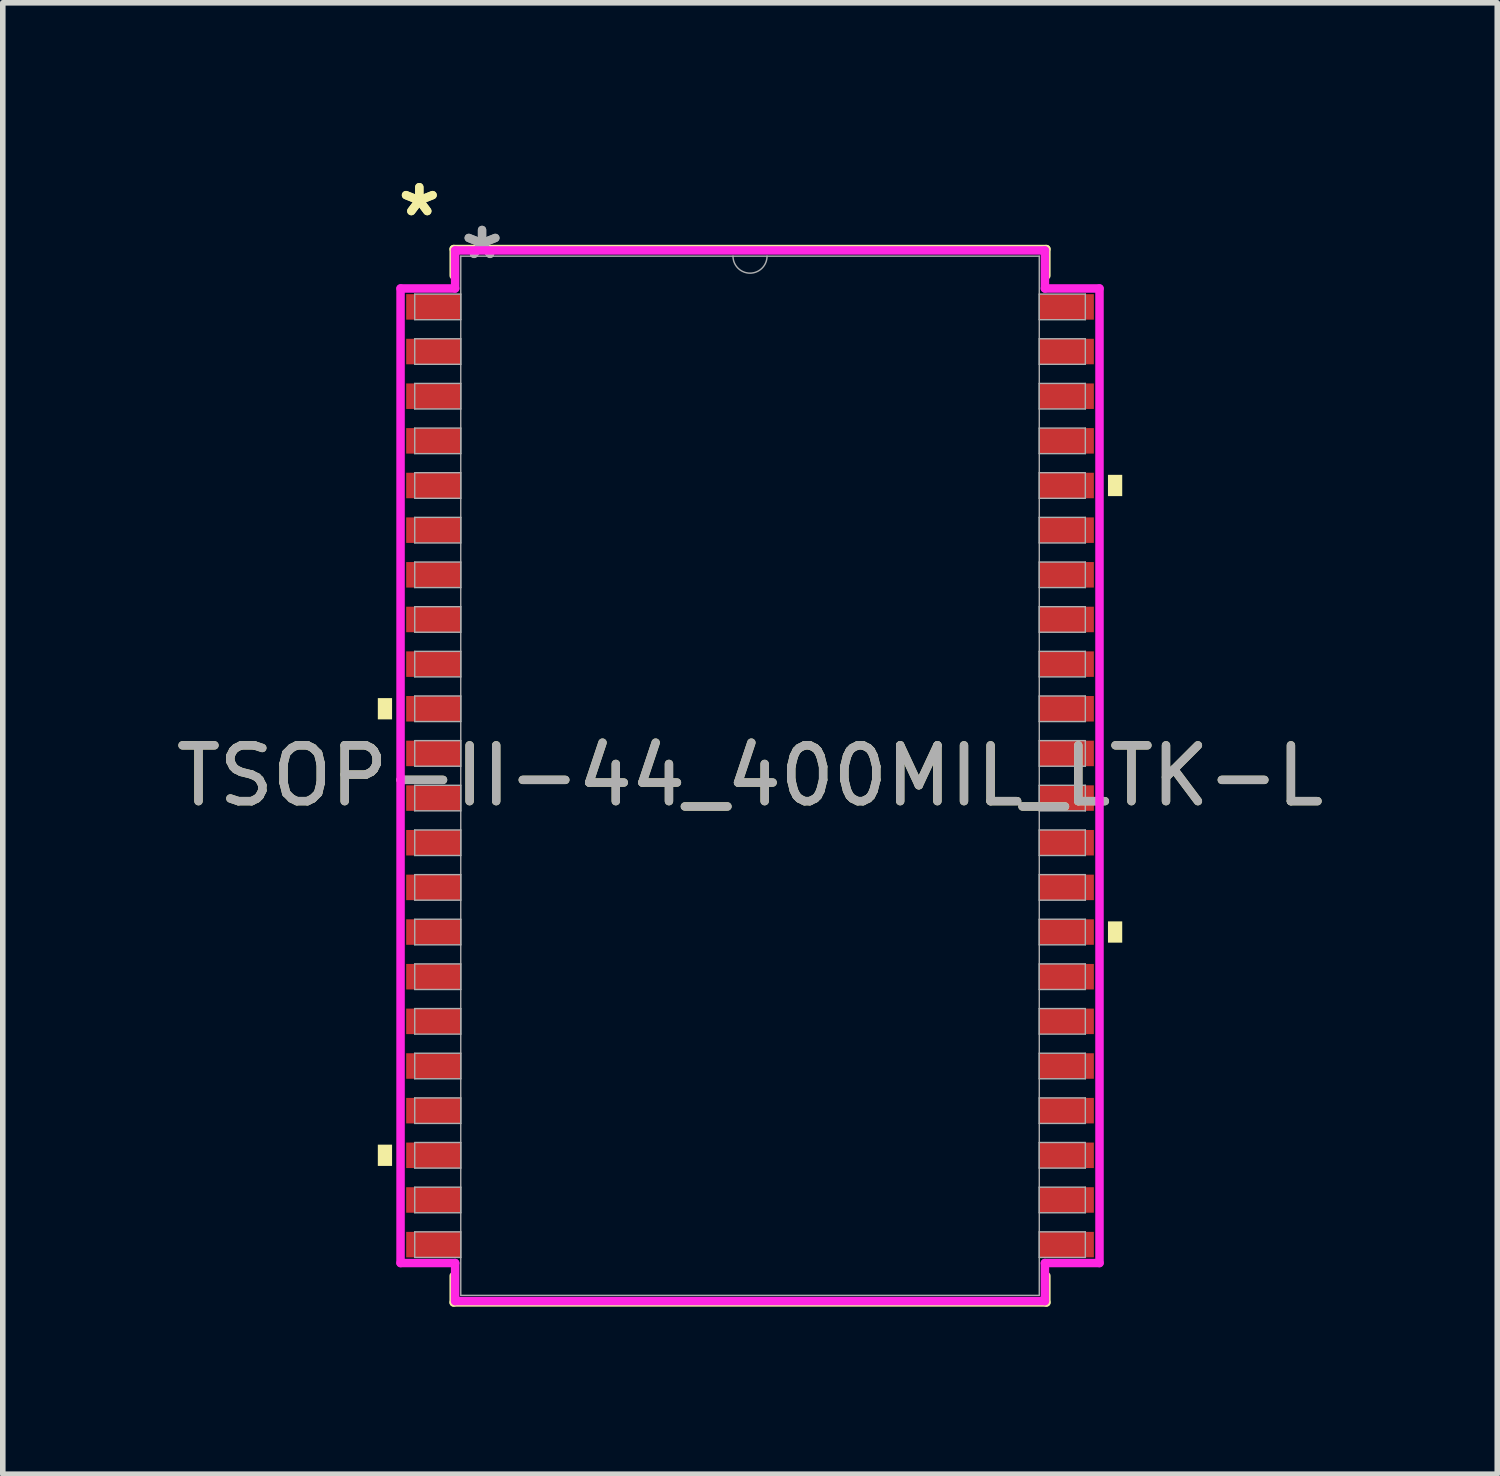
<source format=kicad_pcb>
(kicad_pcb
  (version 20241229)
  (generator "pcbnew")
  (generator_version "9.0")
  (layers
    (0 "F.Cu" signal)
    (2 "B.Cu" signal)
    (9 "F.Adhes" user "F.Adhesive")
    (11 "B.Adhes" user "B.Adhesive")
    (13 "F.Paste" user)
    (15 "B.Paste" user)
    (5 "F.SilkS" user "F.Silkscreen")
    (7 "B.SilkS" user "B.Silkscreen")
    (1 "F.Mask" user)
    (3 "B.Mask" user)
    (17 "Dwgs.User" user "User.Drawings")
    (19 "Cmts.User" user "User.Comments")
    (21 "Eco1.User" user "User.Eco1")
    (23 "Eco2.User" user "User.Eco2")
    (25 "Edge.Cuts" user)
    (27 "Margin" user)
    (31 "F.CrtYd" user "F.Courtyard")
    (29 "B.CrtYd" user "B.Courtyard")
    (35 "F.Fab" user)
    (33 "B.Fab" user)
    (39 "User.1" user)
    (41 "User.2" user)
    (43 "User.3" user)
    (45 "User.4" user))
  (footprint "TSOP-II-44_400MIL_LTK-L"
    (layer "F.Cu")
    (at 10.387 10.848)
    (property "Reference" "TSOP-II-44_400MIL_LTK-L" (at 0 0 0) (unlocked yes) (layer "F.SilkS") (effects (font (size 1 1) (thickness 0.15))))
    (attr smd)
    (fp_line (start -5.309 -9.436) (end -5.309 -8.961) (stroke (width 0.152) (type solid)) (layer "F.SilkS"))
    (fp_line (start -5.309 8.961) (end -5.309 9.436) (stroke (width 0.152) (type solid)) (layer "F.SilkS"))
    (fp_line (start -5.309 9.436) (end 5.309 9.436) (stroke (width 0.152) (type solid)) (layer "F.SilkS"))
    (fp_line (start 5.309 -9.436) (end -5.309 -9.436) (stroke (width 0.152) (type solid)) (layer "F.SilkS"))
    (fp_line (start 5.309 -8.961) (end 5.309 -9.436) (stroke (width 0.152) (type solid)) (layer "F.SilkS"))
    (fp_line (start 5.309 9.436) (end 5.309 8.961) (stroke (width 0.152) (type solid)) (layer "F.SilkS"))
    (fp_poly (pts (xy -6.668 -1.391) (xy -6.668 -1.01) (xy -6.413 -1.01) (xy -6.413 -1.391)) (stroke (width 0) (type solid)) (fill yes) (layer "F.SilkS"))
    (fp_poly (pts (xy -6.668 6.609) (xy -6.668 6.99) (xy -6.413 6.99) (xy -6.413 6.609)) (stroke (width 0) (type solid)) (fill yes) (layer "F.SilkS"))
    (fp_poly (pts (xy 6.668 -5.391) (xy 6.668 -5.01) (xy 6.413 -5.01) (xy 6.413 -5.391)) (stroke (width 0) (type solid)) (fill yes) (layer "F.SilkS"))
    (fp_poly (pts (xy 6.668 2.609) (xy 6.668 2.99) (xy 6.413 2.99) (xy 6.413 2.609)) (stroke (width 0) (type solid)) (fill yes) (layer "F.SilkS"))
    (fp_line (start -6.261 -8.73) (end -5.283 -8.73) (stroke (width 0.152) (type solid)) (layer "F.CrtYd"))
    (fp_line (start -6.261 8.73) (end -6.261 -8.73) (stroke (width 0.152) (type solid)) (layer "F.CrtYd"))
    (fp_line (start -6.261 8.73) (end -5.283 8.73) (stroke (width 0.152) (type solid)) (layer "F.CrtYd"))
    (fp_line (start -5.283 -9.411) (end 5.283 -9.411) (stroke (width 0.152) (type solid)) (layer "F.CrtYd"))
    (fp_line (start -5.283 -8.73) (end -5.283 -9.411) (stroke (width 0.152) (type solid)) (layer "F.CrtYd"))
    (fp_line (start -5.283 9.411) (end -5.283 8.73) (stroke (width 0.152) (type solid)) (layer "F.CrtYd"))
    (fp_line (start 5.283 -9.411) (end 5.283 -8.73) (stroke (width 0.152) (type solid)) (layer "F.CrtYd"))
    (fp_line (start 5.283 8.73) (end 5.283 9.411) (stroke (width 0.152) (type solid)) (layer "F.CrtYd"))
    (fp_line (start 5.283 9.411) (end -5.283 9.411) (stroke (width 0.152) (type solid)) (layer "F.CrtYd"))
    (fp_line (start 6.261 -8.73) (end 5.283 -8.73) (stroke (width 0.152) (type solid)) (layer "F.CrtYd"))
    (fp_line (start 6.261 -8.73) (end 6.261 8.73) (stroke (width 0.152) (type solid)) (layer "F.CrtYd"))
    (fp_line (start 6.261 8.73) (end 5.283 8.73) (stroke (width 0.152) (type solid)) (layer "F.CrtYd"))
    (fp_line (start -6.007 -8.629) (end -6.007 -8.171) (stroke (width 0.025) (type solid)) (layer "F.Fab"))
    (fp_line (start -6.007 -8.171) (end -5.182 -8.171) (stroke (width 0.025) (type solid)) (layer "F.Fab"))
    (fp_line (start -6.007 -7.829) (end -6.007 -7.371) (stroke (width 0.025) (type solid)) (layer "F.Fab"))
    (fp_line (start -6.007 -7.371) (end -5.182 -7.371) (stroke (width 0.025) (type solid)) (layer "F.Fab"))
    (fp_line (start -6.007 -7.029) (end -6.007 -6.571) (stroke (width 0.025) (type solid)) (layer "F.Fab"))
    (fp_line (start -6.007 -6.571) (end -5.182 -6.571) (stroke (width 0.025) (type solid)) (layer "F.Fab"))
    (fp_line (start -6.007 -6.229) (end -6.007 -5.771) (stroke (width 0.025) (type solid)) (layer "F.Fab"))
    (fp_line (start -6.007 -5.771) (end -5.182 -5.771) (stroke (width 0.025) (type solid)) (layer "F.Fab"))
    (fp_line (start -6.007 -5.429) (end -6.007 -4.971) (stroke (width 0.025) (type solid)) (layer "F.Fab"))
    (fp_line (start -6.007 -4.971) (end -5.182 -4.971) (stroke (width 0.025) (type solid)) (layer "F.Fab"))
    (fp_line (start -6.007 -4.629) (end -6.007 -4.171) (stroke (width 0.025) (type solid)) (layer "F.Fab"))
    (fp_line (start -6.007 -4.171) (end -5.182 -4.171) (stroke (width 0.025) (type solid)) (layer "F.Fab"))
    (fp_line (start -6.007 -3.829) (end -6.007 -3.371) (stroke (width 0.025) (type solid)) (layer "F.Fab"))
    (fp_line (start -6.007 -3.371) (end -5.182 -3.371) (stroke (width 0.025) (type solid)) (layer "F.Fab"))
    (fp_line (start -6.007 -3.029) (end -6.007 -2.571) (stroke (width 0.025) (type solid)) (layer "F.Fab"))
    (fp_line (start -6.007 -2.571) (end -5.182 -2.571) (stroke (width 0.025) (type solid)) (layer "F.Fab"))
    (fp_line (start -6.007 -2.229) (end -6.007 -1.771) (stroke (width 0.025) (type solid)) (layer "F.Fab"))
    (fp_line (start -6.007 -1.771) (end -5.182 -1.771) (stroke (width 0.025) (type solid)) (layer "F.Fab"))
    (fp_line (start -6.007 -1.429) (end -6.007 -0.971) (stroke (width 0.025) (type solid)) (layer "F.Fab"))
    (fp_line (start -6.007 -0.971) (end -5.182 -0.971) (stroke (width 0.025) (type solid)) (layer "F.Fab"))
    (fp_line (start -6.007 -0.629) (end -6.007 -0.171) (stroke (width 0.025) (type solid)) (layer "F.Fab"))
    (fp_line (start -6.007 -0.171) (end -5.182 -0.171) (stroke (width 0.025) (type solid)) (layer "F.Fab"))
    (fp_line (start -6.007 0.171) (end -6.007 0.629) (stroke (width 0.025) (type solid)) (layer "F.Fab"))
    (fp_line (start -6.007 0.629) (end -5.182 0.629) (stroke (width 0.025) (type solid)) (layer "F.Fab"))
    (fp_line (start -6.007 0.971) (end -6.007 1.429) (stroke (width 0.025) (type solid)) (layer "F.Fab"))
    (fp_line (start -6.007 1.429) (end -5.182 1.429) (stroke (width 0.025) (type solid)) (layer "F.Fab"))
    (fp_line (start -6.007 1.771) (end -6.007 2.229) (stroke (width 0.025) (type solid)) (layer "F.Fab"))
    (fp_line (start -6.007 2.229) (end -5.182 2.229) (stroke (width 0.025) (type solid)) (layer "F.Fab"))
    (fp_line (start -6.007 2.571) (end -6.007 3.029) (stroke (width 0.025) (type solid)) (layer "F.Fab"))
    (fp_line (start -6.007 3.029) (end -5.182 3.029) (stroke (width 0.025) (type solid)) (layer "F.Fab"))
    (fp_line (start -6.007 3.371) (end -6.007 3.829) (stroke (width 0.025) (type solid)) (layer "F.Fab"))
    (fp_line (start -6.007 3.829) (end -5.182 3.829) (stroke (width 0.025) (type solid)) (layer "F.Fab"))
    (fp_line (start -6.007 4.171) (end -6.007 4.629) (stroke (width 0.025) (type solid)) (layer "F.Fab"))
    (fp_line (start -6.007 4.629) (end -5.182 4.629) (stroke (width 0.025) (type solid)) (layer "F.Fab"))
    (fp_line (start -6.007 4.971) (end -6.007 5.429) (stroke (width 0.025) (type solid)) (layer "F.Fab"))
    (fp_line (start -6.007 5.429) (end -5.182 5.429) (stroke (width 0.025) (type solid)) (layer "F.Fab"))
    (fp_line (start -6.007 5.771) (end -6.007 6.229) (stroke (width 0.025) (type solid)) (layer "F.Fab"))
    (fp_line (start -6.007 6.229) (end -5.182 6.229) (stroke (width 0.025) (type solid)) (layer "F.Fab"))
    (fp_line (start -6.007 6.571) (end -6.007 7.029) (stroke (width 0.025) (type solid)) (layer "F.Fab"))
    (fp_line (start -6.007 7.029) (end -5.182 7.029) (stroke (width 0.025) (type solid)) (layer "F.Fab"))
    (fp_line (start -6.007 7.371) (end -6.007 7.829) (stroke (width 0.025) (type solid)) (layer "F.Fab"))
    (fp_line (start -6.007 7.829) (end -5.182 7.829) (stroke (width 0.025) (type solid)) (layer "F.Fab"))
    (fp_line (start -6.007 8.171) (end -6.007 8.629) (stroke (width 0.025) (type solid)) (layer "F.Fab"))
    (fp_line (start -6.007 8.629) (end -5.182 8.629) (stroke (width 0.025) (type solid)) (layer "F.Fab"))
    (fp_line (start -5.182 -9.309) (end -5.182 9.309) (stroke (width 0.025) (type solid)) (layer "F.Fab"))
    (fp_line (start -5.182 -8.629) (end -6.007 -8.629) (stroke (width 0.025) (type solid)) (layer "F.Fab"))
    (fp_line (start -5.182 -8.171) (end -5.182 -8.629) (stroke (width 0.025) (type solid)) (layer "F.Fab"))
    (fp_line (start -5.182 -7.829) (end -6.007 -7.829) (stroke (width 0.025) (type solid)) (layer "F.Fab"))
    (fp_line (start -5.182 -7.371) (end -5.182 -7.829) (stroke (width 0.025) (type solid)) (layer "F.Fab"))
    (fp_line (start -5.182 -7.029) (end -6.007 -7.029) (stroke (width 0.025) (type solid)) (layer "F.Fab"))
    (fp_line (start -5.182 -6.571) (end -5.182 -7.029) (stroke (width 0.025) (type solid)) (layer "F.Fab"))
    (fp_line (start -5.182 -6.229) (end -6.007 -6.229) (stroke (width 0.025) (type solid)) (layer "F.Fab"))
    (fp_line (start -5.182 -5.771) (end -5.182 -6.229) (stroke (width 0.025) (type solid)) (layer "F.Fab"))
    (fp_line (start -5.182 -5.429) (end -6.007 -5.429) (stroke (width 0.025) (type solid)) (layer "F.Fab"))
    (fp_line (start -5.182 -4.971) (end -5.182 -5.429) (stroke (width 0.025) (type solid)) (layer "F.Fab"))
    (fp_line (start -5.182 -4.629) (end -6.007 -4.629) (stroke (width 0.025) (type solid)) (layer "F.Fab"))
    (fp_line (start -5.182 -4.171) (end -5.182 -4.629) (stroke (width 0.025) (type solid)) (layer "F.Fab"))
    (fp_line (start -5.182 -3.829) (end -6.007 -3.829) (stroke (width 0.025) (type solid)) (layer "F.Fab"))
    (fp_line (start -5.182 -3.371) (end -5.182 -3.829) (stroke (width 0.025) (type solid)) (layer "F.Fab"))
    (fp_line (start -5.182 -3.029) (end -6.007 -3.029) (stroke (width 0.025) (type solid)) (layer "F.Fab"))
    (fp_line (start -5.182 -2.571) (end -5.182 -3.029) (stroke (width 0.025) (type solid)) (layer "F.Fab"))
    (fp_line (start -5.182 -2.229) (end -6.007 -2.229) (stroke (width 0.025) (type solid)) (layer "F.Fab"))
    (fp_line (start -5.182 -1.771) (end -5.182 -2.229) (stroke (width 0.025) (type solid)) (layer "F.Fab"))
    (fp_line (start -5.182 -1.429) (end -6.007 -1.429) (stroke (width 0.025) (type solid)) (layer "F.Fab"))
    (fp_line (start -5.182 -0.971) (end -5.182 -1.429) (stroke (width 0.025) (type solid)) (layer "F.Fab"))
    (fp_line (start -5.182 -0.629) (end -6.007 -0.629) (stroke (width 0.025) (type solid)) (layer "F.Fab"))
    (fp_line (start -5.182 -0.171) (end -5.182 -0.629) (stroke (width 0.025) (type solid)) (layer "F.Fab"))
    (fp_line (start -5.182 0.171) (end -6.007 0.171) (stroke (width 0.025) (type solid)) (layer "F.Fab"))
    (fp_line (start -5.182 0.629) (end -5.182 0.171) (stroke (width 0.025) (type solid)) (layer "F.Fab"))
    (fp_line (start -5.182 0.971) (end -6.007 0.971) (stroke (width 0.025) (type solid)) (layer "F.Fab"))
    (fp_line (start -5.182 1.429) (end -5.182 0.971) (stroke (width 0.025) (type solid)) (layer "F.Fab"))
    (fp_line (start -5.182 1.771) (end -6.007 1.771) (stroke (width 0.025) (type solid)) (layer "F.Fab"))
    (fp_line (start -5.182 2.229) (end -5.182 1.771) (stroke (width 0.025) (type solid)) (layer "F.Fab"))
    (fp_line (start -5.182 2.571) (end -6.007 2.571) (stroke (width 0.025) (type solid)) (layer "F.Fab"))
    (fp_line (start -5.182 3.029) (end -5.182 2.571) (stroke (width 0.025) (type solid)) (layer "F.Fab"))
    (fp_line (start -5.182 3.371) (end -6.007 3.371) (stroke (width 0.025) (type solid)) (layer "F.Fab"))
    (fp_line (start -5.182 3.829) (end -5.182 3.371) (stroke (width 0.025) (type solid)) (layer "F.Fab"))
    (fp_line (start -5.182 4.171) (end -6.007 4.171) (stroke (width 0.025) (type solid)) (layer "F.Fab"))
    (fp_line (start -5.182 4.629) (end -5.182 4.171) (stroke (width 0.025) (type solid)) (layer "F.Fab"))
    (fp_line (start -5.182 4.971) (end -6.007 4.971) (stroke (width 0.025) (type solid)) (layer "F.Fab"))
    (fp_line (start -5.182 5.429) (end -5.182 4.971) (stroke (width 0.025) (type solid)) (layer "F.Fab"))
    (fp_line (start -5.182 5.771) (end -6.007 5.771) (stroke (width 0.025) (type solid)) (layer "F.Fab"))
    (fp_line (start -5.182 6.229) (end -5.182 5.771) (stroke (width 0.025) (type solid)) (layer "F.Fab"))
    (fp_line (start -5.182 6.571) (end -6.007 6.571) (stroke (width 0.025) (type solid)) (layer "F.Fab"))
    (fp_line (start -5.182 7.029) (end -5.182 6.571) (stroke (width 0.025) (type solid)) (layer "F.Fab"))
    (fp_line (start -5.182 7.371) (end -6.007 7.371) (stroke (width 0.025) (type solid)) (layer "F.Fab"))
    (fp_line (start -5.182 7.829) (end -5.182 7.371) (stroke (width 0.025) (type solid)) (layer "F.Fab"))
    (fp_line (start -5.182 8.171) (end -6.007 8.171) (stroke (width 0.025) (type solid)) (layer "F.Fab"))
    (fp_line (start -5.182 8.629) (end -5.182 8.171) (stroke (width 0.025) (type solid)) (layer "F.Fab"))
    (fp_line (start -5.182 9.309) (end 5.182 9.309) (stroke (width 0.025) (type solid)) (layer "F.Fab"))
    (fp_line (start 5.182 -9.309) (end -5.182 -9.309) (stroke (width 0.025) (type solid)) (layer "F.Fab"))
    (fp_line (start 5.182 -8.629) (end 5.182 -8.171) (stroke (width 0.025) (type solid)) (layer "F.Fab"))
    (fp_line (start 5.182 -8.171) (end 6.007 -8.171) (stroke (width 0.025) (type solid)) (layer "F.Fab"))
    (fp_line (start 5.182 -7.829) (end 5.182 -7.371) (stroke (width 0.025) (type solid)) (layer "F.Fab"))
    (fp_line (start 5.182 -7.371) (end 6.007 -7.371) (stroke (width 0.025) (type solid)) (layer "F.Fab"))
    (fp_line (start 5.182 -7.029) (end 5.182 -6.571) (stroke (width 0.025) (type solid)) (layer "F.Fab"))
    (fp_line (start 5.182 -6.571) (end 6.007 -6.571) (stroke (width 0.025) (type solid)) (layer "F.Fab"))
    (fp_line (start 5.182 -6.229) (end 5.182 -5.771) (stroke (width 0.025) (type solid)) (layer "F.Fab"))
    (fp_line (start 5.182 -5.771) (end 6.007 -5.771) (stroke (width 0.025) (type solid)) (layer "F.Fab"))
    (fp_line (start 5.182 -5.429) (end 5.182 -4.971) (stroke (width 0.025) (type solid)) (layer "F.Fab"))
    (fp_line (start 5.182 -4.971) (end 6.007 -4.971) (stroke (width 0.025) (type solid)) (layer "F.Fab"))
    (fp_line (start 5.182 -4.629) (end 5.182 -4.171) (stroke (width 0.025) (type solid)) (layer "F.Fab"))
    (fp_line (start 5.182 -4.171) (end 6.007 -4.171) (stroke (width 0.025) (type solid)) (layer "F.Fab"))
    (fp_line (start 5.182 -3.829) (end 5.182 -3.371) (stroke (width 0.025) (type solid)) (layer "F.Fab"))
    (fp_line (start 5.182 -3.371) (end 6.007 -3.371) (stroke (width 0.025) (type solid)) (layer "F.Fab"))
    (fp_line (start 5.182 -3.029) (end 5.182 -2.571) (stroke (width 0.025) (type solid)) (layer "F.Fab"))
    (fp_line (start 5.182 -2.571) (end 6.007 -2.571) (stroke (width 0.025) (type solid)) (layer "F.Fab"))
    (fp_line (start 5.182 -2.229) (end 5.182 -1.771) (stroke (width 0.025) (type solid)) (layer "F.Fab"))
    (fp_line (start 5.182 -1.771) (end 6.007 -1.771) (stroke (width 0.025) (type solid)) (layer "F.Fab"))
    (fp_line (start 5.182 -1.429) (end 5.182 -0.971) (stroke (width 0.025) (type solid)) (layer "F.Fab"))
    (fp_line (start 5.182 -0.971) (end 6.007 -0.971) (stroke (width 0.025) (type solid)) (layer "F.Fab"))
    (fp_line (start 5.182 -0.629) (end 5.182 -0.171) (stroke (width 0.025) (type solid)) (layer "F.Fab"))
    (fp_line (start 5.182 -0.171) (end 6.007 -0.171) (stroke (width 0.025) (type solid)) (layer "F.Fab"))
    (fp_line (start 5.182 0.171) (end 5.182 0.629) (stroke (width 0.025) (type solid)) (layer "F.Fab"))
    (fp_line (start 5.182 0.629) (end 6.007 0.629) (stroke (width 0.025) (type solid)) (layer "F.Fab"))
    (fp_line (start 5.182 0.971) (end 5.182 1.429) (stroke (width 0.025) (type solid)) (layer "F.Fab"))
    (fp_line (start 5.182 1.429) (end 6.007 1.429) (stroke (width 0.025) (type solid)) (layer "F.Fab"))
    (fp_line (start 5.182 1.771) (end 5.182 2.229) (stroke (width 0.025) (type solid)) (layer "F.Fab"))
    (fp_line (start 5.182 2.229) (end 6.007 2.229) (stroke (width 0.025) (type solid)) (layer "F.Fab"))
    (fp_line (start 5.182 2.571) (end 5.182 3.029) (stroke (width 0.025) (type solid)) (layer "F.Fab"))
    (fp_line (start 5.182 3.029) (end 6.007 3.029) (stroke (width 0.025) (type solid)) (layer "F.Fab"))
    (fp_line (start 5.182 3.371) (end 5.182 3.829) (stroke (width 0.025) (type solid)) (layer "F.Fab"))
    (fp_line (start 5.182 3.829) (end 6.007 3.829) (stroke (width 0.025) (type solid)) (layer "F.Fab"))
    (fp_line (start 5.182 4.171) (end 5.182 4.629) (stroke (width 0.025) (type solid)) (layer "F.Fab"))
    (fp_line (start 5.182 4.629) (end 6.007 4.629) (stroke (width 0.025) (type solid)) (layer "F.Fab"))
    (fp_line (start 5.182 4.971) (end 5.182 5.429) (stroke (width 0.025) (type solid)) (layer "F.Fab"))
    (fp_line (start 5.182 5.429) (end 6.007 5.429) (stroke (width 0.025) (type solid)) (layer "F.Fab"))
    (fp_line (start 5.182 5.771) (end 5.182 6.229) (stroke (width 0.025) (type solid)) (layer "F.Fab"))
    (fp_line (start 5.182 6.229) (end 6.007 6.229) (stroke (width 0.025) (type solid)) (layer "F.Fab"))
    (fp_line (start 5.182 6.571) (end 5.182 7.029) (stroke (width 0.025) (type solid)) (layer "F.Fab"))
    (fp_line (start 5.182 7.029) (end 6.007 7.029) (stroke (width 0.025) (type solid)) (layer "F.Fab"))
    (fp_line (start 5.182 7.371) (end 5.182 7.829) (stroke (width 0.025) (type solid)) (layer "F.Fab"))
    (fp_line (start 5.182 7.829) (end 6.007 7.829) (stroke (width 0.025) (type solid)) (layer "F.Fab"))
    (fp_line (start 5.182 8.171) (end 5.182 8.629) (stroke (width 0.025) (type solid)) (layer "F.Fab"))
    (fp_line (start 5.182 8.629) (end 6.007 8.629) (stroke (width 0.025) (type solid)) (layer "F.Fab"))
    (fp_line (start 5.182 9.309) (end 5.182 -9.309) (stroke (width 0.025) (type solid)) (layer "F.Fab"))
    (fp_line (start 6.007 -8.629) (end 5.182 -8.629) (stroke (width 0.025) (type solid)) (layer "F.Fab"))
    (fp_line (start 6.007 -8.171) (end 6.007 -8.629) (stroke (width 0.025) (type solid)) (layer "F.Fab"))
    (fp_line (start 6.007 -7.829) (end 5.182 -7.829) (stroke (width 0.025) (type solid)) (layer "F.Fab"))
    (fp_line (start 6.007 -7.371) (end 6.007 -7.829) (stroke (width 0.025) (type solid)) (layer "F.Fab"))
    (fp_line (start 6.007 -7.029) (end 5.182 -7.029) (stroke (width 0.025) (type solid)) (layer "F.Fab"))
    (fp_line (start 6.007 -6.571) (end 6.007 -7.029) (stroke (width 0.025) (type solid)) (layer "F.Fab"))
    (fp_line (start 6.007 -6.229) (end 5.182 -6.229) (stroke (width 0.025) (type solid)) (layer "F.Fab"))
    (fp_line (start 6.007 -5.771) (end 6.007 -6.229) (stroke (width 0.025) (type solid)) (layer "F.Fab"))
    (fp_line (start 6.007 -5.429) (end 5.182 -5.429) (stroke (width 0.025) (type solid)) (layer "F.Fab"))
    (fp_line (start 6.007 -4.971) (end 6.007 -5.429) (stroke (width 0.025) (type solid)) (layer "F.Fab"))
    (fp_line (start 6.007 -4.629) (end 5.182 -4.629) (stroke (width 0.025) (type solid)) (layer "F.Fab"))
    (fp_line (start 6.007 -4.171) (end 6.007 -4.629) (stroke (width 0.025) (type solid)) (layer "F.Fab"))
    (fp_line (start 6.007 -3.829) (end 5.182 -3.829) (stroke (width 0.025) (type solid)) (layer "F.Fab"))
    (fp_line (start 6.007 -3.371) (end 6.007 -3.829) (stroke (width 0.025) (type solid)) (layer "F.Fab"))
    (fp_line (start 6.007 -3.029) (end 5.182 -3.029) (stroke (width 0.025) (type solid)) (layer "F.Fab"))
    (fp_line (start 6.007 -2.571) (end 6.007 -3.029) (stroke (width 0.025) (type solid)) (layer "F.Fab"))
    (fp_line (start 6.007 -2.229) (end 5.182 -2.229) (stroke (width 0.025) (type solid)) (layer "F.Fab"))
    (fp_line (start 6.007 -1.771) (end 6.007 -2.229) (stroke (width 0.025) (type solid)) (layer "F.Fab"))
    (fp_line (start 6.007 -1.429) (end 5.182 -1.429) (stroke (width 0.025) (type solid)) (layer "F.Fab"))
    (fp_line (start 6.007 -0.971) (end 6.007 -1.429) (stroke (width 0.025) (type solid)) (layer "F.Fab"))
    (fp_line (start 6.007 -0.629) (end 5.182 -0.629) (stroke (width 0.025) (type solid)) (layer "F.Fab"))
    (fp_line (start 6.007 -0.171) (end 6.007 -0.629) (stroke (width 0.025) (type solid)) (layer "F.Fab"))
    (fp_line (start 6.007 0.171) (end 5.182 0.171) (stroke (width 0.025) (type solid)) (layer "F.Fab"))
    (fp_line (start 6.007 0.629) (end 6.007 0.171) (stroke (width 0.025) (type solid)) (layer "F.Fab"))
    (fp_line (start 6.007 0.971) (end 5.182 0.971) (stroke (width 0.025) (type solid)) (layer "F.Fab"))
    (fp_line (start 6.007 1.429) (end 6.007 0.971) (stroke (width 0.025) (type solid)) (layer "F.Fab"))
    (fp_line (start 6.007 1.771) (end 5.182 1.771) (stroke (width 0.025) (type solid)) (layer "F.Fab"))
    (fp_line (start 6.007 2.229) (end 6.007 1.771) (stroke (width 0.025) (type solid)) (layer "F.Fab"))
    (fp_line (start 6.007 2.571) (end 5.182 2.571) (stroke (width 0.025) (type solid)) (layer "F.Fab"))
    (fp_line (start 6.007 3.029) (end 6.007 2.571) (stroke (width 0.025) (type solid)) (layer "F.Fab"))
    (fp_line (start 6.007 3.371) (end 5.182 3.371) (stroke (width 0.025) (type solid)) (layer "F.Fab"))
    (fp_line (start 6.007 3.829) (end 6.007 3.371) (stroke (width 0.025) (type solid)) (layer "F.Fab"))
    (fp_line (start 6.007 4.171) (end 5.182 4.171) (stroke (width 0.025) (type solid)) (layer "F.Fab"))
    (fp_line (start 6.007 4.629) (end 6.007 4.171) (stroke (width 0.025) (type solid)) (layer "F.Fab"))
    (fp_line (start 6.007 4.971) (end 5.182 4.971) (stroke (width 0.025) (type solid)) (layer "F.Fab"))
    (fp_line (start 6.007 5.429) (end 6.007 4.971) (stroke (width 0.025) (type solid)) (layer "F.Fab"))
    (fp_line (start 6.007 5.771) (end 5.182 5.771) (stroke (width 0.025) (type solid)) (layer "F.Fab"))
    (fp_line (start 6.007 6.229) (end 6.007 5.771) (stroke (width 0.025) (type solid)) (layer "F.Fab"))
    (fp_line (start 6.007 6.571) (end 5.182 6.571) (stroke (width 0.025) (type solid)) (layer "F.Fab"))
    (fp_line (start 6.007 7.029) (end 6.007 6.571) (stroke (width 0.025) (type solid)) (layer "F.Fab"))
    (fp_line (start 6.007 7.371) (end 5.182 7.371) (stroke (width 0.025) (type solid)) (layer "F.Fab"))
    (fp_line (start 6.007 7.829) (end 6.007 7.371) (stroke (width 0.025) (type solid)) (layer "F.Fab"))
    (fp_line (start 6.007 8.171) (end 5.182 8.171) (stroke (width 0.025) (type solid)) (layer "F.Fab"))
    (fp_line (start 6.007 8.629) (end 6.007 8.171) (stroke (width 0.025) (type solid)) (layer "F.Fab"))
    (fp_arc (start 0.3048 -9.3091) (mid 0 -9.0043) (end -0.3048 -9.3091) (stroke (width 0.0254) (type solid)) (layer "F.Fab"))
    (fp_text user "*" (at -5.925 -10 0) (unlocked yes) (layer "F.SilkS") (effects (font (size 1 1) (thickness 0.15))))
    (fp_text user "*" (at -5.925 -10 0) (layer "F.SilkS") (effects (font (size 1 1) (thickness 0.15))))
    (fp_text user "${REFERENCE}" (at 0 0 0) (unlocked yes) (layer "F.Fab") (effects (font (size 1 1) (thickness 0.15))))
    (fp_text user "*" (at -4.801 -9.233 0) (layer "F.Fab") (effects (font (size 1 1) (thickness 0.15))))
    (fp_text user "*" (at -4.801 -9.233 0) (unlocked yes) (layer "F.Fab") (effects (font (size 1 1) (thickness 0.15))))
    (pad "1" smd rect (at -5.671 -8.4) (size 0.978 0.457) (layers "F.Cu" "F.Mask" "F.Paste"))
    (pad "2" smd rect (at -5.671 -7.6) (size 0.978 0.457) (layers "F.Cu" "F.Mask" "F.Paste"))
    (pad "3" smd rect (at -5.671 -6.8) (size 0.978 0.457) (layers "F.Cu" "F.Mask" "F.Paste"))
    (pad "4" smd rect (at -5.671 -6) (size 0.978 0.457) (layers "F.Cu" "F.Mask" "F.Paste"))
    (pad "5" smd rect (at -5.671 -5.2) (size 0.978 0.457) (layers "F.Cu" "F.Mask" "F.Paste"))
    (pad "6" smd rect (at -5.671 -4.4) (size 0.978 0.457) (layers "F.Cu" "F.Mask" "F.Paste"))
    (pad "7" smd rect (at -5.671 -3.6) (size 0.978 0.457) (layers "F.Cu" "F.Mask" "F.Paste"))
    (pad "8" smd rect (at -5.671 -2.8) (size 0.978 0.457) (layers "F.Cu" "F.Mask" "F.Paste"))
    (pad "9" smd rect (at -5.671 -2) (size 0.978 0.457) (layers "F.Cu" "F.Mask" "F.Paste"))
    (pad "10" smd rect (at -5.671 -1.2) (size 0.978 0.457) (layers "F.Cu" "F.Mask" "F.Paste"))
    (pad "11" smd rect (at -5.671 -0.4) (size 0.978 0.457) (layers "F.Cu" "F.Mask" "F.Paste"))
    (pad "12" smd rect (at -5.671 0.4) (size 0.978 0.457) (layers "F.Cu" "F.Mask" "F.Paste"))
    (pad "13" smd rect (at -5.671 1.2) (size 0.978 0.457) (layers "F.Cu" "F.Mask" "F.Paste"))
    (pad "14" smd rect (at -5.671 2) (size 0.978 0.457) (layers "F.Cu" "F.Mask" "F.Paste"))
    (pad "15" smd rect (at -5.671 2.8) (size 0.978 0.457) (layers "F.Cu" "F.Mask" "F.Paste"))
    (pad "16" smd rect (at -5.671 3.6) (size 0.978 0.457) (layers "F.Cu" "F.Mask" "F.Paste"))
    (pad "17" smd rect (at -5.671 4.4) (size 0.978 0.457) (layers "F.Cu" "F.Mask" "F.Paste"))
    (pad "18" smd rect (at -5.671 5.2) (size 0.978 0.457) (layers "F.Cu" "F.Mask" "F.Paste"))
    (pad "19" smd rect (at -5.671 6) (size 0.978 0.457) (layers "F.Cu" "F.Mask" "F.Paste"))
    (pad "20" smd rect (at -5.671 6.8) (size 0.978 0.457) (layers "F.Cu" "F.Mask" "F.Paste"))
    (pad "21" smd rect (at -5.671 7.6) (size 0.978 0.457) (layers "F.Cu" "F.Mask" "F.Paste"))
    (pad "22" smd rect (at -5.671 8.4) (size 0.978 0.457) (layers "F.Cu" "F.Mask" "F.Paste"))
    (pad "23" smd rect (at 5.671 8.4) (size 0.978 0.457) (layers "F.Cu" "F.Mask" "F.Paste"))
    (pad "24" smd rect (at 5.671 7.6) (size 0.978 0.457) (layers "F.Cu" "F.Mask" "F.Paste"))
    (pad "25" smd rect (at 5.671 6.8) (size 0.978 0.457) (layers "F.Cu" "F.Mask" "F.Paste"))
    (pad "26" smd rect (at 5.671 6) (size 0.978 0.457) (layers "F.Cu" "F.Mask" "F.Paste"))
    (pad "27" smd rect (at 5.671 5.2) (size 0.978 0.457) (layers "F.Cu" "F.Mask" "F.Paste"))
    (pad "28" smd rect (at 5.671 4.4) (size 0.978 0.457) (layers "F.Cu" "F.Mask" "F.Paste"))
    (pad "29" smd rect (at 5.671 3.6) (size 0.978 0.457) (layers "F.Cu" "F.Mask" "F.Paste"))
    (pad "30" smd rect (at 5.671 2.8) (size 0.978 0.457) (layers "F.Cu" "F.Mask" "F.Paste"))
    (pad "31" smd rect (at 5.671 2) (size 0.978 0.457) (layers "F.Cu" "F.Mask" "F.Paste"))
    (pad "32" smd rect (at 5.671 1.2) (size 0.978 0.457) (layers "F.Cu" "F.Mask" "F.Paste"))
    (pad "33" smd rect (at 5.671 0.4) (size 0.978 0.457) (layers "F.Cu" "F.Mask" "F.Paste"))
    (pad "34" smd rect (at 5.671 -0.4) (size 0.978 0.457) (layers "F.Cu" "F.Mask" "F.Paste"))
    (pad "35" smd rect (at 5.671 -1.2) (size 0.978 0.457) (layers "F.Cu" "F.Mask" "F.Paste"))
    (pad "36" smd rect (at 5.671 -2) (size 0.978 0.457) (layers "F.Cu" "F.Mask" "F.Paste"))
    (pad "37" smd rect (at 5.671 -2.8) (size 0.978 0.457) (layers "F.Cu" "F.Mask" "F.Paste"))
    (pad "38" smd rect (at 5.671 -3.6) (size 0.978 0.457) (layers "F.Cu" "F.Mask" "F.Paste"))
    (pad "39" smd rect (at 5.671 -4.4) (size 0.978 0.457) (layers "F.Cu" "F.Mask" "F.Paste"))
    (pad "40" smd rect (at 5.671 -5.2) (size 0.978 0.457) (layers "F.Cu" "F.Mask" "F.Paste"))
    (pad "41" smd rect (at 5.671 -6) (size 0.978 0.457) (layers "F.Cu" "F.Mask" "F.Paste"))
    (pad "42" smd rect (at 5.671 -6.8) (size 0.978 0.457) (layers "F.Cu" "F.Mask" "F.Paste"))
    (pad "43" smd rect (at 5.671 -7.6) (size 0.978 0.457) (layers "F.Cu" "F.Mask" "F.Paste"))
    (pad "44" smd rect (at 5.671 -8.4) (size 0.978 0.457) (layers "F.Cu" "F.Mask" "F.Paste")))
  (gr_rect
    (start -3 -3)
    (end 23.774 23.361)
    (stroke (width 0.1) (type default))
    (fill no)
    (layer "Edge.Cuts")))
</source>
